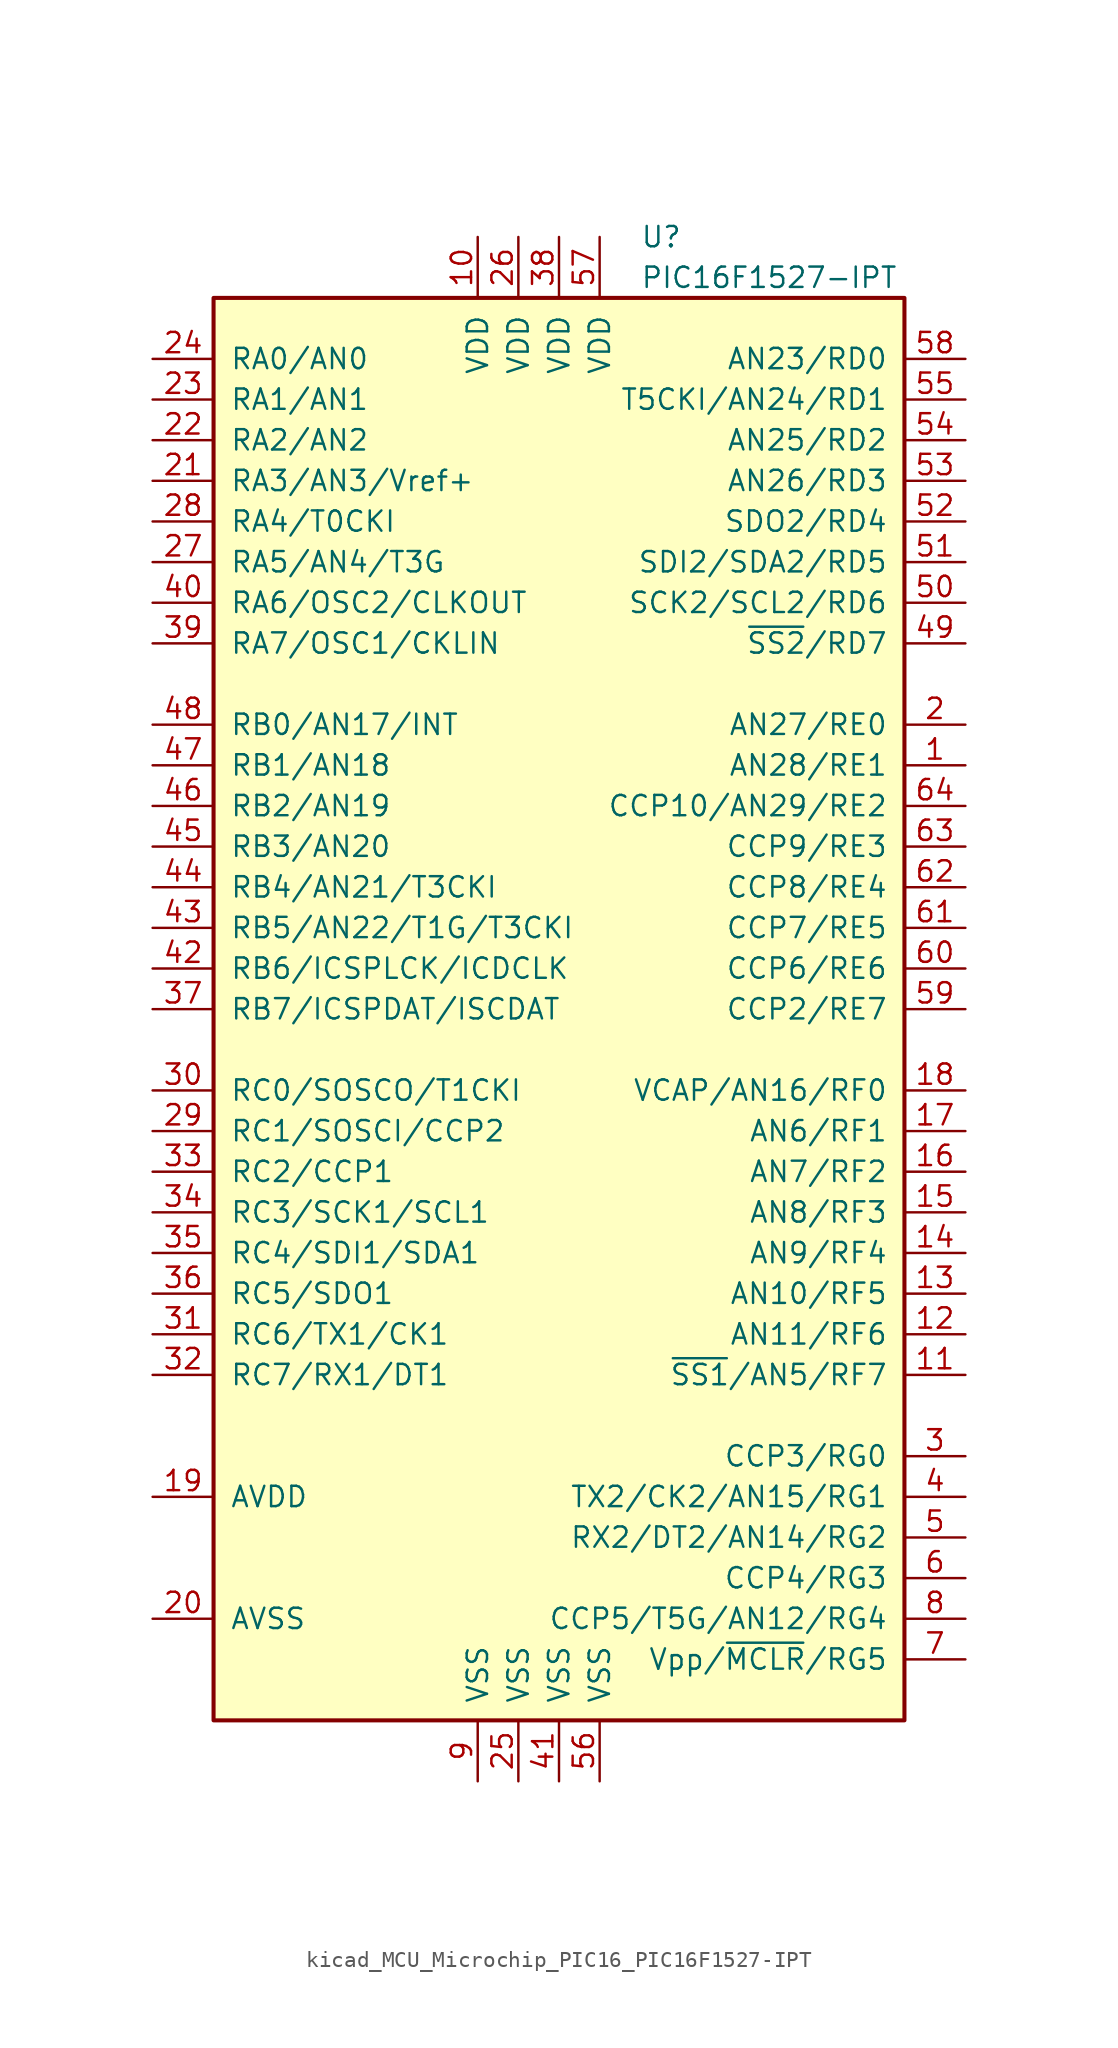
<source format=kicad_sym>
(kicad_symbol_lib
  (version 20220914)
  (generator kicad_symbol_editor)
  (symbol "kicad_MCU_Microchip_PIC16_PIC16F1527-IPT"
    (pin_names
      (offset 1.016))
    (property "Reference" "U"
      (at 5.08 48.26 0)
      (effects (font (size 1.27 1.27)) (justify left)))
    (property "Value" "PIC16F1527-IPT"
      (at 5.08 45.72 0)
      (effects (font (size 1.27 1.27)) (justify left)))
    (symbol "kicad_MCU_Microchip_PIC16_PIC16F1527-IPT_0_1"
      (rectangle (start -21.59 44.45) (end 21.59 -44.45) (stroke (width 0.254) (type default)) (fill (type background))))
    (symbol "kicad_MCU_Microchip_PIC16_PIC16F1527-IPT_1_1"
      (pin bidirectional line (at 25.4 15.24 180) (length 3.81) (name "AN28/RE1" (effects (font (size 1.27 1.27)))) (number "1" (effects (font (size 1.27 1.27)))))
      (pin power_in line (at -5.08 48.26 270) (length 3.81) (name "VDD" (effects (font (size 1.27 1.27)))) (number "10" (effects (font (size 1.27 1.27)))))
      (pin bidirectional line (at 25.4 -22.86 180) (length 3.81) (name "~{SS1}/AN5/RF7" (effects (font (size 1.27 1.27)))) (number "11" (effects (font (size 1.27 1.27)))))
      (pin bidirectional line (at 25.4 -20.32 180) (length 3.81) (name "AN11/RF6" (effects (font (size 1.27 1.27)))) (number "12" (effects (font (size 1.27 1.27)))))
      (pin bidirectional line (at 25.4 -17.78 180) (length 3.81) (name "AN10/RF5" (effects (font (size 1.27 1.27)))) (number "13" (effects (font (size 1.27 1.27)))))
      (pin bidirectional line (at 25.4 -15.24 180) (length 3.81) (name "AN9/RF4" (effects (font (size 1.27 1.27)))) (number "14" (effects (font (size 1.27 1.27)))))
      (pin bidirectional line (at 25.4 -12.7 180) (length 3.81) (name "AN8/RF3" (effects (font (size 1.27 1.27)))) (number "15" (effects (font (size 1.27 1.27)))))
      (pin bidirectional line (at 25.4 -10.16 180) (length 3.81) (name "AN7/RF2" (effects (font (size 1.27 1.27)))) (number "16" (effects (font (size 1.27 1.27)))))
      (pin bidirectional line (at 25.4 -7.62 180) (length 3.81) (name "AN6/RF1" (effects (font (size 1.27 1.27)))) (number "17" (effects (font (size 1.27 1.27)))))
      (pin bidirectional line (at 25.4 -5.08 180) (length 3.81) (name "VCAP/AN16/RF0" (effects (font (size 1.27 1.27)))) (number "18" (effects (font (size 1.27 1.27)))))
      (pin power_in line (at -25.4 -30.48 0) (length 3.81) (name "AVDD" (effects (font (size 1.27 1.27)))) (number "19" (effects (font (size 1.27 1.27)))))
      (pin bidirectional line (at 25.4 17.78 180) (length 3.81) (name "AN27/RE0" (effects (font (size 1.27 1.27)))) (number "2" (effects (font (size 1.27 1.27)))))
      (pin power_in line (at -25.4 -38.1 0) (length 3.81) (name "AVSS" (effects (font (size 1.27 1.27)))) (number "20" (effects (font (size 1.27 1.27)))))
      (pin bidirectional line (at -25.4 33.02 0) (length 3.81) (name "RA3/AN3/Vref+" (effects (font (size 1.27 1.27)))) (number "21" (effects (font (size 1.27 1.27)))))
      (pin bidirectional line (at -25.4 35.56 0) (length 3.81) (name "RA2/AN2" (effects (font (size 1.27 1.27)))) (number "22" (effects (font (size 1.27 1.27)))))
      (pin bidirectional line (at -25.4 38.1 0) (length 3.81) (name "RA1/AN1" (effects (font (size 1.27 1.27)))) (number "23" (effects (font (size 1.27 1.27)))))
      (pin bidirectional line (at -25.4 40.64 0) (length 3.81) (name "RA0/AN0" (effects (font (size 1.27 1.27)))) (number "24" (effects (font (size 1.27 1.27)))))
      (pin power_in line (at -2.54 -48.26 90) (length 3.81) (name "VSS" (effects (font (size 1.27 1.27)))) (number "25" (effects (font (size 1.27 1.27)))))
      (pin power_in line (at -2.54 48.26 270) (length 3.81) (name "VDD" (effects (font (size 1.27 1.27)))) (number "26" (effects (font (size 1.27 1.27)))))
      (pin bidirectional line (at -25.4 27.94 0) (length 3.81) (name "RA5/AN4/T3G" (effects (font (size 1.27 1.27)))) (number "27" (effects (font (size 1.27 1.27)))))
      (pin bidirectional line (at -25.4 30.48 0) (length 3.81) (name "RA4/T0CKI" (effects (font (size 1.27 1.27)))) (number "28" (effects (font (size 1.27 1.27)))))
      (pin bidirectional line (at -25.4 -7.62 0) (length 3.81) (name "RC1/SOSCI/CCP2" (effects (font (size 1.27 1.27)))) (number "29" (effects (font (size 1.27 1.27)))))
      (pin bidirectional line (at 25.4 -27.94 180) (length 3.81) (name "CCP3/RG0" (effects (font (size 1.27 1.27)))) (number "3" (effects (font (size 1.27 1.27)))))
      (pin bidirectional line (at -25.4 -5.08 0) (length 3.81) (name "RC0/SOSCO/T1CKI" (effects (font (size 1.27 1.27)))) (number "30" (effects (font (size 1.27 1.27)))))
      (pin bidirectional line (at -25.4 -20.32 0) (length 3.81) (name "RC6/TX1/CK1" (effects (font (size 1.27 1.27)))) (number "31" (effects (font (size 1.27 1.27)))))
      (pin bidirectional line (at -25.4 -22.86 0) (length 3.81) (name "RC7/RX1/DT1" (effects (font (size 1.27 1.27)))) (number "32" (effects (font (size 1.27 1.27)))))
      (pin bidirectional line (at -25.4 -10.16 0) (length 3.81) (name "RC2/CCP1" (effects (font (size 1.27 1.27)))) (number "33" (effects (font (size 1.27 1.27)))))
      (pin bidirectional line (at -25.4 -12.7 0) (length 3.81) (name "RC3/SCK1/SCL1" (effects (font (size 1.27 1.27)))) (number "34" (effects (font (size 1.27 1.27)))))
      (pin bidirectional line (at -25.4 -15.24 0) (length 3.81) (name "RC4/SDI1/SDA1" (effects (font (size 1.27 1.27)))) (number "35" (effects (font (size 1.27 1.27)))))
      (pin bidirectional line (at -25.4 -17.78 0) (length 3.81) (name "RC5/SDO1" (effects (font (size 1.27 1.27)))) (number "36" (effects (font (size 1.27 1.27)))))
      (pin bidirectional line (at -25.4 0 0) (length 3.81) (name "RB7/ICSPDAT/ISCDAT" (effects (font (size 1.27 1.27)))) (number "37" (effects (font (size 1.27 1.27)))))
      (pin power_in line (at 0 48.26 270) (length 3.81) (name "VDD" (effects (font (size 1.27 1.27)))) (number "38" (effects (font (size 1.27 1.27)))))
      (pin bidirectional line (at -25.4 22.86 0) (length 3.81) (name "RA7/OSC1/CKLIN" (effects (font (size 1.27 1.27)))) (number "39" (effects (font (size 1.27 1.27)))))
      (pin bidirectional line (at 25.4 -30.48 180) (length 3.81) (name "TX2/CK2/AN15/RG1" (effects (font (size 1.27 1.27)))) (number "4" (effects (font (size 1.27 1.27)))))
      (pin bidirectional line (at -25.4 25.4 0) (length 3.81) (name "RA6/OSC2/CLKOUT" (effects (font (size 1.27 1.27)))) (number "40" (effects (font (size 1.27 1.27)))))
      (pin power_in line (at 0 -48.26 90) (length 3.81) (name "VSS" (effects (font (size 1.27 1.27)))) (number "41" (effects (font (size 1.27 1.27)))))
      (pin bidirectional line (at -25.4 2.54 0) (length 3.81) (name "RB6/ICSPLCK/ICDCLK" (effects (font (size 1.27 1.27)))) (number "42" (effects (font (size 1.27 1.27)))))
      (pin bidirectional line (at -25.4 5.08 0) (length 3.81) (name "RB5/AN22/T1G/T3CKI" (effects (font (size 1.27 1.27)))) (number "43" (effects (font (size 1.27 1.27)))))
      (pin bidirectional line (at -25.4 7.62 0) (length 3.81) (name "RB4/AN21/T3CKI" (effects (font (size 1.27 1.27)))) (number "44" (effects (font (size 1.27 1.27)))))
      (pin bidirectional line (at -25.4 10.16 0) (length 3.81) (name "RB3/AN20" (effects (font (size 1.27 1.27)))) (number "45" (effects (font (size 1.27 1.27)))))
      (pin bidirectional line (at -25.4 12.7 0) (length 3.81) (name "RB2/AN19" (effects (font (size 1.27 1.27)))) (number "46" (effects (font (size 1.27 1.27)))))
      (pin bidirectional line (at -25.4 15.24 0) (length 3.81) (name "RB1/AN18" (effects (font (size 1.27 1.27)))) (number "47" (effects (font (size 1.27 1.27)))))
      (pin bidirectional line (at -25.4 17.78 0) (length 3.81) (name "RB0/AN17/INT" (effects (font (size 1.27 1.27)))) (number "48" (effects (font (size 1.27 1.27)))))
      (pin bidirectional line (at 25.4 22.86 180) (length 3.81) (name "~{SS2}/RD7" (effects (font (size 1.27 1.27)))) (number "49" (effects (font (size 1.27 1.27)))))
      (pin bidirectional line (at 25.4 -33.02 180) (length 3.81) (name "RX2/DT2/AN14/RG2" (effects (font (size 1.27 1.27)))) (number "5" (effects (font (size 1.27 1.27)))))
      (pin bidirectional line (at 25.4 25.4 180) (length 3.81) (name "SCK2/SCL2/RD6" (effects (font (size 1.27 1.27)))) (number "50" (effects (font (size 1.27 1.27)))))
      (pin bidirectional line (at 25.4 27.94 180) (length 3.81) (name "SDI2/SDA2/RD5" (effects (font (size 1.27 1.27)))) (number "51" (effects (font (size 1.27 1.27)))))
      (pin bidirectional line (at 25.4 30.48 180) (length 3.81) (name "SDO2/RD4" (effects (font (size 1.27 1.27)))) (number "52" (effects (font (size 1.27 1.27)))))
      (pin bidirectional line (at 25.4 33.02 180) (length 3.81) (name "AN26/RD3" (effects (font (size 1.27 1.27)))) (number "53" (effects (font (size 1.27 1.27)))))
      (pin bidirectional line (at 25.4 35.56 180) (length 3.81) (name "AN25/RD2" (effects (font (size 1.27 1.27)))) (number "54" (effects (font (size 1.27 1.27)))))
      (pin bidirectional line (at 25.4 38.1 180) (length 3.81) (name "T5CKI/AN24/RD1" (effects (font (size 1.27 1.27)))) (number "55" (effects (font (size 1.27 1.27)))))
      (pin power_in line (at 2.54 -48.26 90) (length 3.81) (name "VSS" (effects (font (size 1.27 1.27)))) (number "56" (effects (font (size 1.27 1.27)))))
      (pin power_in line (at 2.54 48.26 270) (length 3.81) (name "VDD" (effects (font (size 1.27 1.27)))) (number "57" (effects (font (size 1.27 1.27)))))
      (pin bidirectional line (at 25.4 40.64 180) (length 3.81) (name "AN23/RD0" (effects (font (size 1.27 1.27)))) (number "58" (effects (font (size 1.27 1.27)))))
      (pin bidirectional line (at 25.4 0 180) (length 3.81) (name "CCP2/RE7" (effects (font (size 1.27 1.27)))) (number "59" (effects (font (size 1.27 1.27)))))
      (pin bidirectional line (at 25.4 -35.56 180) (length 3.81) (name "CCP4/RG3" (effects (font (size 1.27 1.27)))) (number "6" (effects (font (size 1.27 1.27)))))
      (pin bidirectional line (at 25.4 2.54 180) (length 3.81) (name "CCP6/RE6" (effects (font (size 1.27 1.27)))) (number "60" (effects (font (size 1.27 1.27)))))
      (pin bidirectional line (at 25.4 5.08 180) (length 3.81) (name "CCP7/RE5" (effects (font (size 1.27 1.27)))) (number "61" (effects (font (size 1.27 1.27)))))
      (pin bidirectional line (at 25.4 7.62 180) (length 3.81) (name "CCP8/RE4" (effects (font (size 1.27 1.27)))) (number "62" (effects (font (size 1.27 1.27)))))
      (pin bidirectional line (at 25.4 10.16 180) (length 3.81) (name "CCP9/RE3" (effects (font (size 1.27 1.27)))) (number "63" (effects (font (size 1.27 1.27)))))
      (pin bidirectional line (at 25.4 12.7 180) (length 3.81) (name "CCP10/AN29/RE2" (effects (font (size 1.27 1.27)))) (number "64" (effects (font (size 1.27 1.27)))))
      (pin input line (at 25.4 -40.64 180) (length 3.81) (name "Vpp/~{MCLR}/RG5" (effects (font (size 1.27 1.27)))) (number "7" (effects (font (size 1.27 1.27)))))
      (pin bidirectional line (at 25.4 -38.1 180) (length 3.81) (name "CCP5/T5G/AN12/RG4" (effects (font (size 1.27 1.27)))) (number "8" (effects (font (size 1.27 1.27)))))
      (pin power_in line (at -5.08 -48.26 90) (length 3.81) (name "VSS" (effects (font (size 1.27 1.27)))) (number "9" (effects (font (size 1.27 1.27))))))))
</source>
